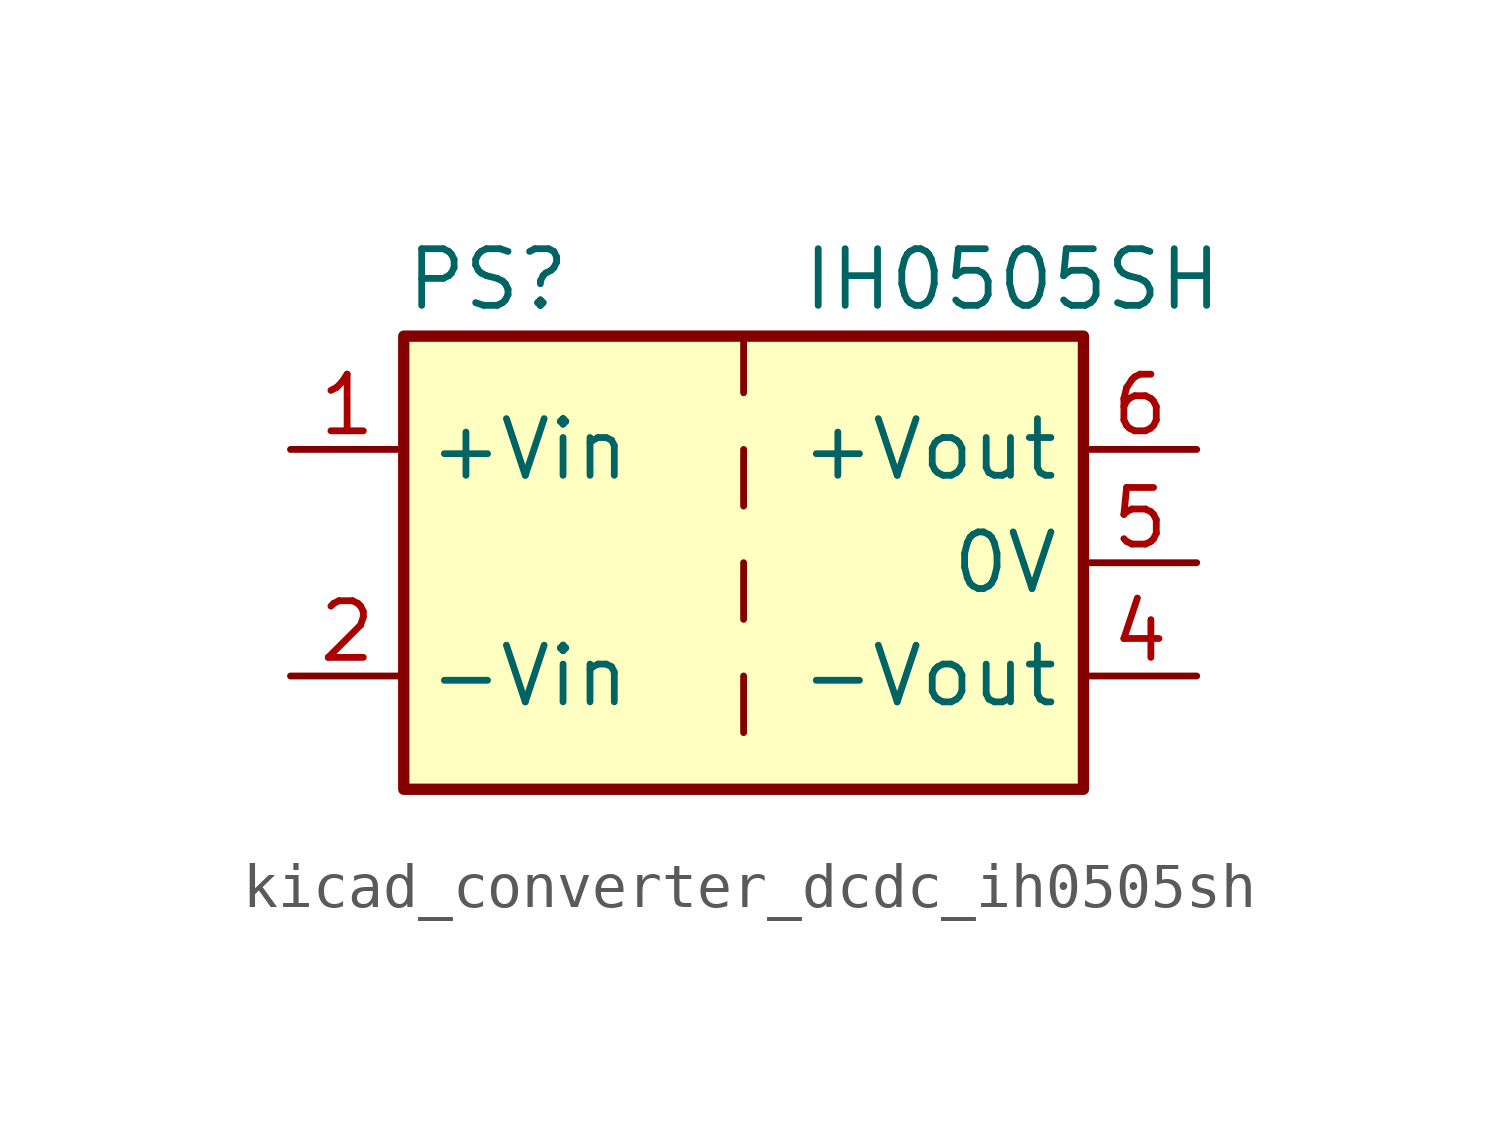
<source format=kicad_sym>
(kicad_symbol_lib
  (version 20220914)
  (generator kicad_symbol_editor)
  (symbol "kicad_converter_dcdc_ih0505sh"
    (property "Reference" "PS"
      (at -7.62 6.35 0)
      (effects (font (size 1.27 1.27)) (justify left)))
    (property "Value" "IH0505SH"
      (at 1.27 6.35 0)
      (effects (font (size 1.27 1.27)) (justify left)))
    (symbol "kicad_converter_dcdc_ih0505sh_0_0"
      (pin power_in line (at -10.16 2.54 0) (length 2.54) (name "+Vin" (effects (font (size 1.27 1.27)))) (number "1" (effects (font (size 1.27 1.27)))))
      (pin power_in line (at -10.16 -2.54 0) (length 2.54) (name "-Vin" (effects (font (size 1.27 1.27)))) (number "2" (effects (font (size 1.27 1.27)))))
      (pin power_out line (at 10.16 -2.54 180) (length 2.54) (name "-Vout" (effects (font (size 1.27 1.27)))) (number "4" (effects (font (size 1.27 1.27)))))
      (pin power_out line (at 10.16 0 180) (length 2.54) (name "0V" (effects (font (size 1.27 1.27)))) (number "5" (effects (font (size 1.27 1.27)))))
      (pin power_out line (at 10.16 2.54 180) (length 2.54) (name "+Vout" (effects (font (size 1.27 1.27)))) (number "6" (effects (font (size 1.27 1.27))))))
    (symbol "kicad_converter_dcdc_ih0505sh_0_1"
      (rectangle (start -7.62 5.08) (end 7.62 -5.08) (stroke (width 0.254) (type default)) (fill (type background)))
      (polyline (pts (xy 0 -2.54) (xy 0 -3.81)) (stroke (width 0) (type default)) (fill (type none)))
      (polyline (pts (xy 0 0) (xy 0 -1.27)) (stroke (width 0) (type default)) (fill (type none)))
      (polyline (pts (xy 0 2.54) (xy 0 1.27)) (stroke (width 0) (type default)) (fill (type none)))
      (polyline (pts (xy 0 5.08) (xy 0 3.81)) (stroke (width 0) (type default)) (fill (type none))))))
</source>
